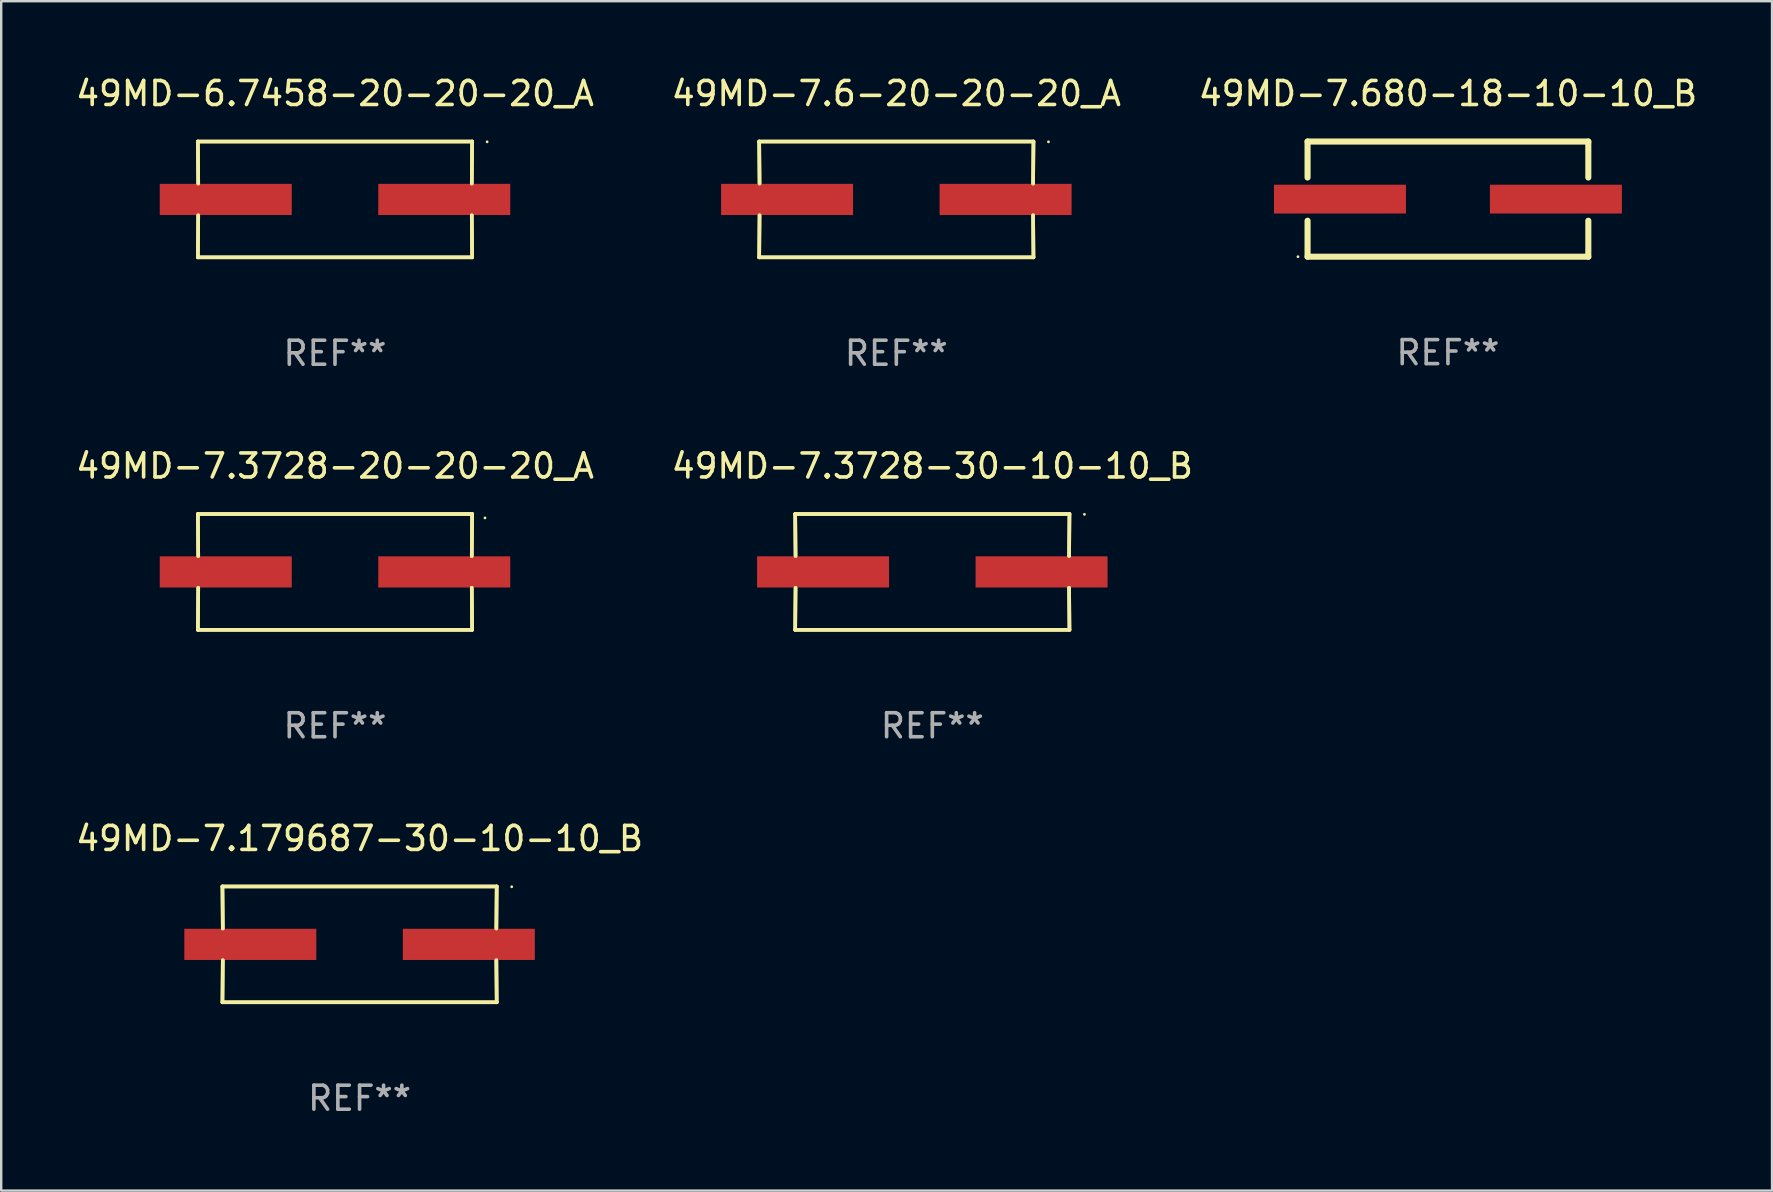
<source format=kicad_pcb>
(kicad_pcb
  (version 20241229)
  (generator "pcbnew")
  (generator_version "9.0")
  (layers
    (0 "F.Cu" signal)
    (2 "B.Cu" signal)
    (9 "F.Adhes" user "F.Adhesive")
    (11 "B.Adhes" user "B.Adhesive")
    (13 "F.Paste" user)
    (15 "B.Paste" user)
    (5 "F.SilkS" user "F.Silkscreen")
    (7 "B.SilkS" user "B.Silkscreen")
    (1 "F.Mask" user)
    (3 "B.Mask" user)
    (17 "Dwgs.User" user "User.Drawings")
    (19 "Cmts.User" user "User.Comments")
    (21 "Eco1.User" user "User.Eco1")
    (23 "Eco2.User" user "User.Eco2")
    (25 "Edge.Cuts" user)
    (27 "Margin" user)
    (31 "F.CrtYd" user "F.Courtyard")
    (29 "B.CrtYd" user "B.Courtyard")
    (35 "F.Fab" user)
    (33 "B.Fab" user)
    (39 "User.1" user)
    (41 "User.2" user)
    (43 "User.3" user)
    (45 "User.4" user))
  (footprint "49MD-7.3728-20-20-20_A"
    (layer "F.Cu")
    (at 10.911 20.784)
    (property "Reference" "49MD-7.3728-20-20-20_A" (at 0 -4.413 0) (layer "F.SilkS") (effects (font (size 1 1) (thickness 0.15))))
    (attr through_hole)
    (fp_line (start -5.715 -2.413) (end -5.7 -0.662) (stroke (width 0.152) (type solid)) (layer "F.SilkS"))
    (fp_line (start -5.715 -2.413) (end -5.7 -0.662) (stroke (width 0.152) (type solid)) (layer "F.SilkS"))
    (fp_line (start -5.715 2.413) (end 5.715 2.413) (stroke (width 0.152) (type solid)) (layer "F.SilkS"))
    (fp_line (start -5.715 2.413) (end 5.715 2.413) (stroke (width 0.152) (type solid)) (layer "F.SilkS"))
    (fp_line (start -5.7 0.662) (end -5.715 2.413) (stroke (width 0.152) (type solid)) (layer "F.SilkS"))
    (fp_line (start -5.7 0.662) (end -5.715 2.413) (stroke (width 0.152) (type solid)) (layer "F.SilkS"))
    (fp_line (start 5.7 -0.662) (end 5.715 -2.413) (stroke (width 0.152) (type solid)) (layer "F.SilkS"))
    (fp_line (start 5.7 -0.662) (end 5.715 -2.413) (stroke (width 0.152) (type solid)) (layer "F.SilkS"))
    (fp_line (start 5.715 -2.413) (end -5.715 -2.413) (stroke (width 0.152) (type solid)) (layer "F.SilkS"))
    (fp_line (start 5.715 -2.413) (end -5.715 -2.413) (stroke (width 0.152) (type solid)) (layer "F.SilkS"))
    (fp_line (start 5.715 2.413) (end 5.7 0.662) (stroke (width 0.152) (type solid)) (layer "F.SilkS"))
    (fp_line (start 5.715 2.413) (end 5.7 0.662) (stroke (width 0.152) (type solid)) (layer "F.SilkS"))
    (fp_circle (center 6.25 -2.25) (end 6.28 -2.25) (stroke (width 0.06) (type solid)) (fill no) (layer "F.SilkS"))
    (fp_text user "REF**" (at 0 6.413 0) (layer "F.Fab") (effects (font (size 1 1) (thickness 0.15))))
    (pad "1" smd rect (at 4.553 0.000127) (size 5.5 1.3) (layers "F.Cu" "F.Mask" "F.Paste"))
    (pad "2" smd rect (at -4.553 0.000127) (size 5.5 1.3) (layers "F.Cu" "F.Mask" "F.Paste")))
  (footprint "49MD-7.6-20-20-20_A"
    (layer "F.Cu")
    (at 34.304 5.261)
    (property "Reference" "49MD-7.6-20-20-20_A" (at 0 -4.413 0) (layer "F.SilkS") (effects (font (size 1 1) (thickness 0.15))))
    (attr through_hole)
    (fp_line (start -5.715 -2.413) (end -5.7 -0.662) (stroke (width 0.152) (type solid)) (layer "F.SilkS"))
    (fp_line (start -5.715 -2.413) (end -5.7 -0.662) (stroke (width 0.152) (type solid)) (layer "F.SilkS"))
    (fp_line (start -5.715 2.413) (end 5.715 2.413) (stroke (width 0.152) (type solid)) (layer "F.SilkS"))
    (fp_line (start -5.715 2.413) (end 5.715 2.413) (stroke (width 0.152) (type solid)) (layer "F.SilkS"))
    (fp_line (start -5.7 0.662) (end -5.715 2.413) (stroke (width 0.152) (type solid)) (layer "F.SilkS"))
    (fp_line (start -5.7 0.662) (end -5.715 2.413) (stroke (width 0.152) (type solid)) (layer "F.SilkS"))
    (fp_line (start 5.7 -0.662) (end 5.715 -2.413) (stroke (width 0.152) (type solid)) (layer "F.SilkS"))
    (fp_line (start 5.7 -0.662) (end 5.715 -2.413) (stroke (width 0.152) (type solid)) (layer "F.SilkS"))
    (fp_line (start 5.715 -2.413) (end -5.715 -2.413) (stroke (width 0.152) (type solid)) (layer "F.SilkS"))
    (fp_line (start 5.715 -2.413) (end -5.715 -2.413) (stroke (width 0.152) (type solid)) (layer "F.SilkS"))
    (fp_line (start 5.715 2.413) (end 5.7 0.662) (stroke (width 0.152) (type solid)) (layer "F.SilkS"))
    (fp_line (start 5.715 2.413) (end 5.7 0.662) (stroke (width 0.152) (type solid)) (layer "F.SilkS"))
    (fp_circle (center 6.34 -2.4) (end 6.37 -2.4) (stroke (width 0.06) (type solid)) (fill no) (layer "F.SilkS"))
    (fp_text user "REF**" (at 0 6.413 0) (layer "F.Fab") (effects (font (size 1 1) (thickness 0.15))))
    (pad "1" smd rect (at 4.553 0) (size 5.5 1.3) (layers "F.Cu" "F.Mask" "F.Paste"))
    (pad "2" smd rect (at -4.553 0) (size 5.5 1.3) (layers "F.Cu" "F.Mask" "F.Paste")))
  (footprint "49MD-7.3728-30-10-10_B"
    (layer "F.Cu")
    (at 35.804 20.784)
    (property "Reference" "49MD-7.3728-30-10-10_B" (at 0 -4.413 0) (layer "F.SilkS") (effects (font (size 1 1) (thickness 0.15))))
    (attr through_hole)
    (fp_line (start -5.715 -2.413) (end -5.7 -0.662) (stroke (width 0.152) (type solid)) (layer "F.SilkS"))
    (fp_line (start -5.715 -2.413) (end -5.7 -0.662) (stroke (width 0.152) (type solid)) (layer "F.SilkS"))
    (fp_line (start -5.715 2.413) (end 5.715 2.413) (stroke (width 0.152) (type solid)) (layer "F.SilkS"))
    (fp_line (start -5.715 2.413) (end 5.715 2.413) (stroke (width 0.152) (type solid)) (layer "F.SilkS"))
    (fp_line (start -5.7 0.662) (end -5.715 2.413) (stroke (width 0.152) (type solid)) (layer "F.SilkS"))
    (fp_line (start -5.7 0.662) (end -5.715 2.413) (stroke (width 0.152) (type solid)) (layer "F.SilkS"))
    (fp_line (start 5.7 -0.662) (end 5.715 -2.413) (stroke (width 0.152) (type solid)) (layer "F.SilkS"))
    (fp_line (start 5.7 -0.662) (end 5.715 -2.413) (stroke (width 0.152) (type solid)) (layer "F.SilkS"))
    (fp_line (start 5.715 -2.413) (end -5.715 -2.413) (stroke (width 0.152) (type solid)) (layer "F.SilkS"))
    (fp_line (start 5.715 -2.413) (end -5.715 -2.413) (stroke (width 0.152) (type solid)) (layer "F.SilkS"))
    (fp_line (start 5.715 2.413) (end 5.7 0.662) (stroke (width 0.152) (type solid)) (layer "F.SilkS"))
    (fp_line (start 5.715 2.413) (end 5.7 0.662) (stroke (width 0.152) (type solid)) (layer "F.SilkS"))
    (fp_circle (center 6.34 -2.4) (end 6.37 -2.4) (stroke (width 0.06) (type solid)) (fill no) (layer "F.SilkS"))
    (fp_text user "REF**" (at 0 6.413 0) (layer "F.Fab") (effects (font (size 1 1) (thickness 0.15))))
    (pad "1" smd rect (at 4.553 0) (size 5.5 1.3) (layers "F.Cu" "F.Mask" "F.Paste"))
    (pad "2" smd rect (at -4.553 0) (size 5.5 1.3) (layers "F.Cu" "F.Mask" "F.Paste")))
  (footprint "49MD-6.7458-20-20-20_A"
    (layer "F.Cu")
    (at 10.911 5.261)
    (property "Reference" "49MD-6.7458-20-20-20_A" (at 0 -4.413 0) (layer "F.SilkS") (effects (font (size 1 1) (thickness 0.15))))
    (attr through_hole)
    (fp_line (start -5.715 -2.413) (end -5.7 -0.662) (stroke (width 0.152) (type solid)) (layer "F.SilkS"))
    (fp_line (start -5.715 -2.413) (end -5.7 -0.662) (stroke (width 0.152) (type solid)) (layer "F.SilkS"))
    (fp_line (start -5.715 2.413) (end 5.715 2.413) (stroke (width 0.152) (type solid)) (layer "F.SilkS"))
    (fp_line (start -5.715 2.413) (end 5.715 2.413) (stroke (width 0.152) (type solid)) (layer "F.SilkS"))
    (fp_line (start -5.7 0.662) (end -5.715 2.413) (stroke (width 0.152) (type solid)) (layer "F.SilkS"))
    (fp_line (start -5.7 0.662) (end -5.715 2.413) (stroke (width 0.152) (type solid)) (layer "F.SilkS"))
    (fp_line (start 5.7 -0.662) (end 5.715 -2.413) (stroke (width 0.152) (type solid)) (layer "F.SilkS"))
    (fp_line (start 5.7 -0.662) (end 5.715 -2.413) (stroke (width 0.152) (type solid)) (layer "F.SilkS"))
    (fp_line (start 5.715 -2.413) (end -5.715 -2.413) (stroke (width 0.152) (type solid)) (layer "F.SilkS"))
    (fp_line (start 5.715 -2.413) (end -5.715 -2.413) (stroke (width 0.152) (type solid)) (layer "F.SilkS"))
    (fp_line (start 5.715 2.413) (end 5.7 0.662) (stroke (width 0.152) (type solid)) (layer "F.SilkS"))
    (fp_line (start 5.715 2.413) (end 5.7 0.662) (stroke (width 0.152) (type solid)) (layer "F.SilkS"))
    (fp_circle (center 6.34 -2.4) (end 6.37 -2.4) (stroke (width 0.06) (type solid)) (fill no) (layer "F.SilkS"))
    (fp_text user "REF**" (at 0 6.413 0) (layer "F.Fab") (effects (font (size 1 1) (thickness 0.15))))
    (pad "1" smd rect (at 4.553 0) (size 5.5 1.3) (layers "F.Cu" "F.Mask" "F.Paste"))
    (pad "2" smd rect (at -4.553 0) (size 5.5 1.3) (layers "F.Cu" "F.Mask" "F.Paste")))
  (footprint "49MD-7.680-18-10-10_B"
    (layer "F.Cu")
    (at 57.292 5.248)
    (property "Reference" "49MD-7.680-18-10-10_B" (at 0 -4.4 0) (layer "F.SilkS") (effects (font (size 1 1) (thickness 0.15))))
    (attr through_hole)
    (fp_line (start -5.85 -2.4) (end 5.85 -2.4) (stroke (width 0.254) (type solid)) (layer "F.SilkS"))
    (fp_line (start -5.85 -2.4) (end -5.85 -0.9) (stroke (width 0.254) (type solid)) (layer "F.SilkS"))
    (fp_line (start -5.85 2.4) (end 5.85 2.4) (stroke (width 0.254) (type solid)) (layer "F.SilkS"))
    (fp_line (start -5.85 0.9) (end -5.85 2.4) (stroke (width 0.254) (type solid)) (layer "F.SilkS"))
    (fp_line (start 5.85 -2.4) (end 5.85 -0.9) (stroke (width 0.254) (type solid)) (layer "F.SilkS"))
    (fp_line (start 5.85 0.9) (end 5.85 2.4) (stroke (width 0.254) (type solid)) (layer "F.SilkS"))
    (fp_circle (center -6.25 2.4) (end -6.22 2.4) (stroke (width 0.06) (type solid)) (fill no) (layer "F.SilkS"))
    (fp_text user "REF**" (at 0 6.4 0) (layer "F.Fab") (effects (font (size 1 1) (thickness 0.15))))
    (pad "1" smd rect (at -4.5 -0.000025) (size 5.5 1.2) (layers "F.Cu" "F.Mask" "F.Paste"))
    (pad "2" smd rect (at 4.5 -0.000025) (size 5.5 1.2) (layers "F.Cu" "F.Mask" "F.Paste")))
  (footprint "49MD-7.179687-30-10-10_B"
    (layer "F.Cu")
    (at 11.935 36.306)
    (property "Reference" "49MD-7.179687-30-10-10_B" (at 0 -4.413 0) (layer "F.SilkS") (effects (font (size 1 1) (thickness 0.15))))
    (attr through_hole)
    (fp_line (start -5.715 -2.413) (end -5.7 -0.662) (stroke (width 0.152) (type solid)) (layer "F.SilkS"))
    (fp_line (start -5.715 -2.413) (end -5.7 -0.662) (stroke (width 0.152) (type solid)) (layer "F.SilkS"))
    (fp_line (start -5.715 2.413) (end 5.715 2.413) (stroke (width 0.152) (type solid)) (layer "F.SilkS"))
    (fp_line (start -5.715 2.413) (end 5.715 2.413) (stroke (width 0.152) (type solid)) (layer "F.SilkS"))
    (fp_line (start -5.7 0.662) (end -5.715 2.413) (stroke (width 0.152) (type solid)) (layer "F.SilkS"))
    (fp_line (start -5.7 0.662) (end -5.715 2.413) (stroke (width 0.152) (type solid)) (layer "F.SilkS"))
    (fp_line (start 5.7 -0.662) (end 5.715 -2.413) (stroke (width 0.152) (type solid)) (layer "F.SilkS"))
    (fp_line (start 5.7 -0.662) (end 5.715 -2.413) (stroke (width 0.152) (type solid)) (layer "F.SilkS"))
    (fp_line (start 5.715 -2.413) (end -5.715 -2.413) (stroke (width 0.152) (type solid)) (layer "F.SilkS"))
    (fp_line (start 5.715 -2.413) (end -5.715 -2.413) (stroke (width 0.152) (type solid)) (layer "F.SilkS"))
    (fp_line (start 5.715 2.413) (end 5.7 0.662) (stroke (width 0.152) (type solid)) (layer "F.SilkS"))
    (fp_line (start 5.715 2.413) (end 5.7 0.662) (stroke (width 0.152) (type solid)) (layer "F.SilkS"))
    (fp_circle (center 6.34 -2.4) (end 6.37 -2.4) (stroke (width 0.06) (type solid)) (fill no) (layer "F.SilkS"))
    (fp_text user "REF**" (at 0 6.413 0) (layer "F.Fab") (effects (font (size 1 1) (thickness 0.15))))
    (pad "1" smd rect (at 4.553 0) (size 5.5 1.3) (layers "F.Cu" "F.Mask" "F.Paste"))
    (pad "2" smd rect (at -4.553 0) (size 5.5 1.3) (layers "F.Cu" "F.Mask" "F.Paste")))
  (gr_rect
    (start -3 -3)
    (end 70.798 46.568)
    (stroke (width 0.1) (type default))
    (fill no)
    (layer "Edge.Cuts")))
</source>
